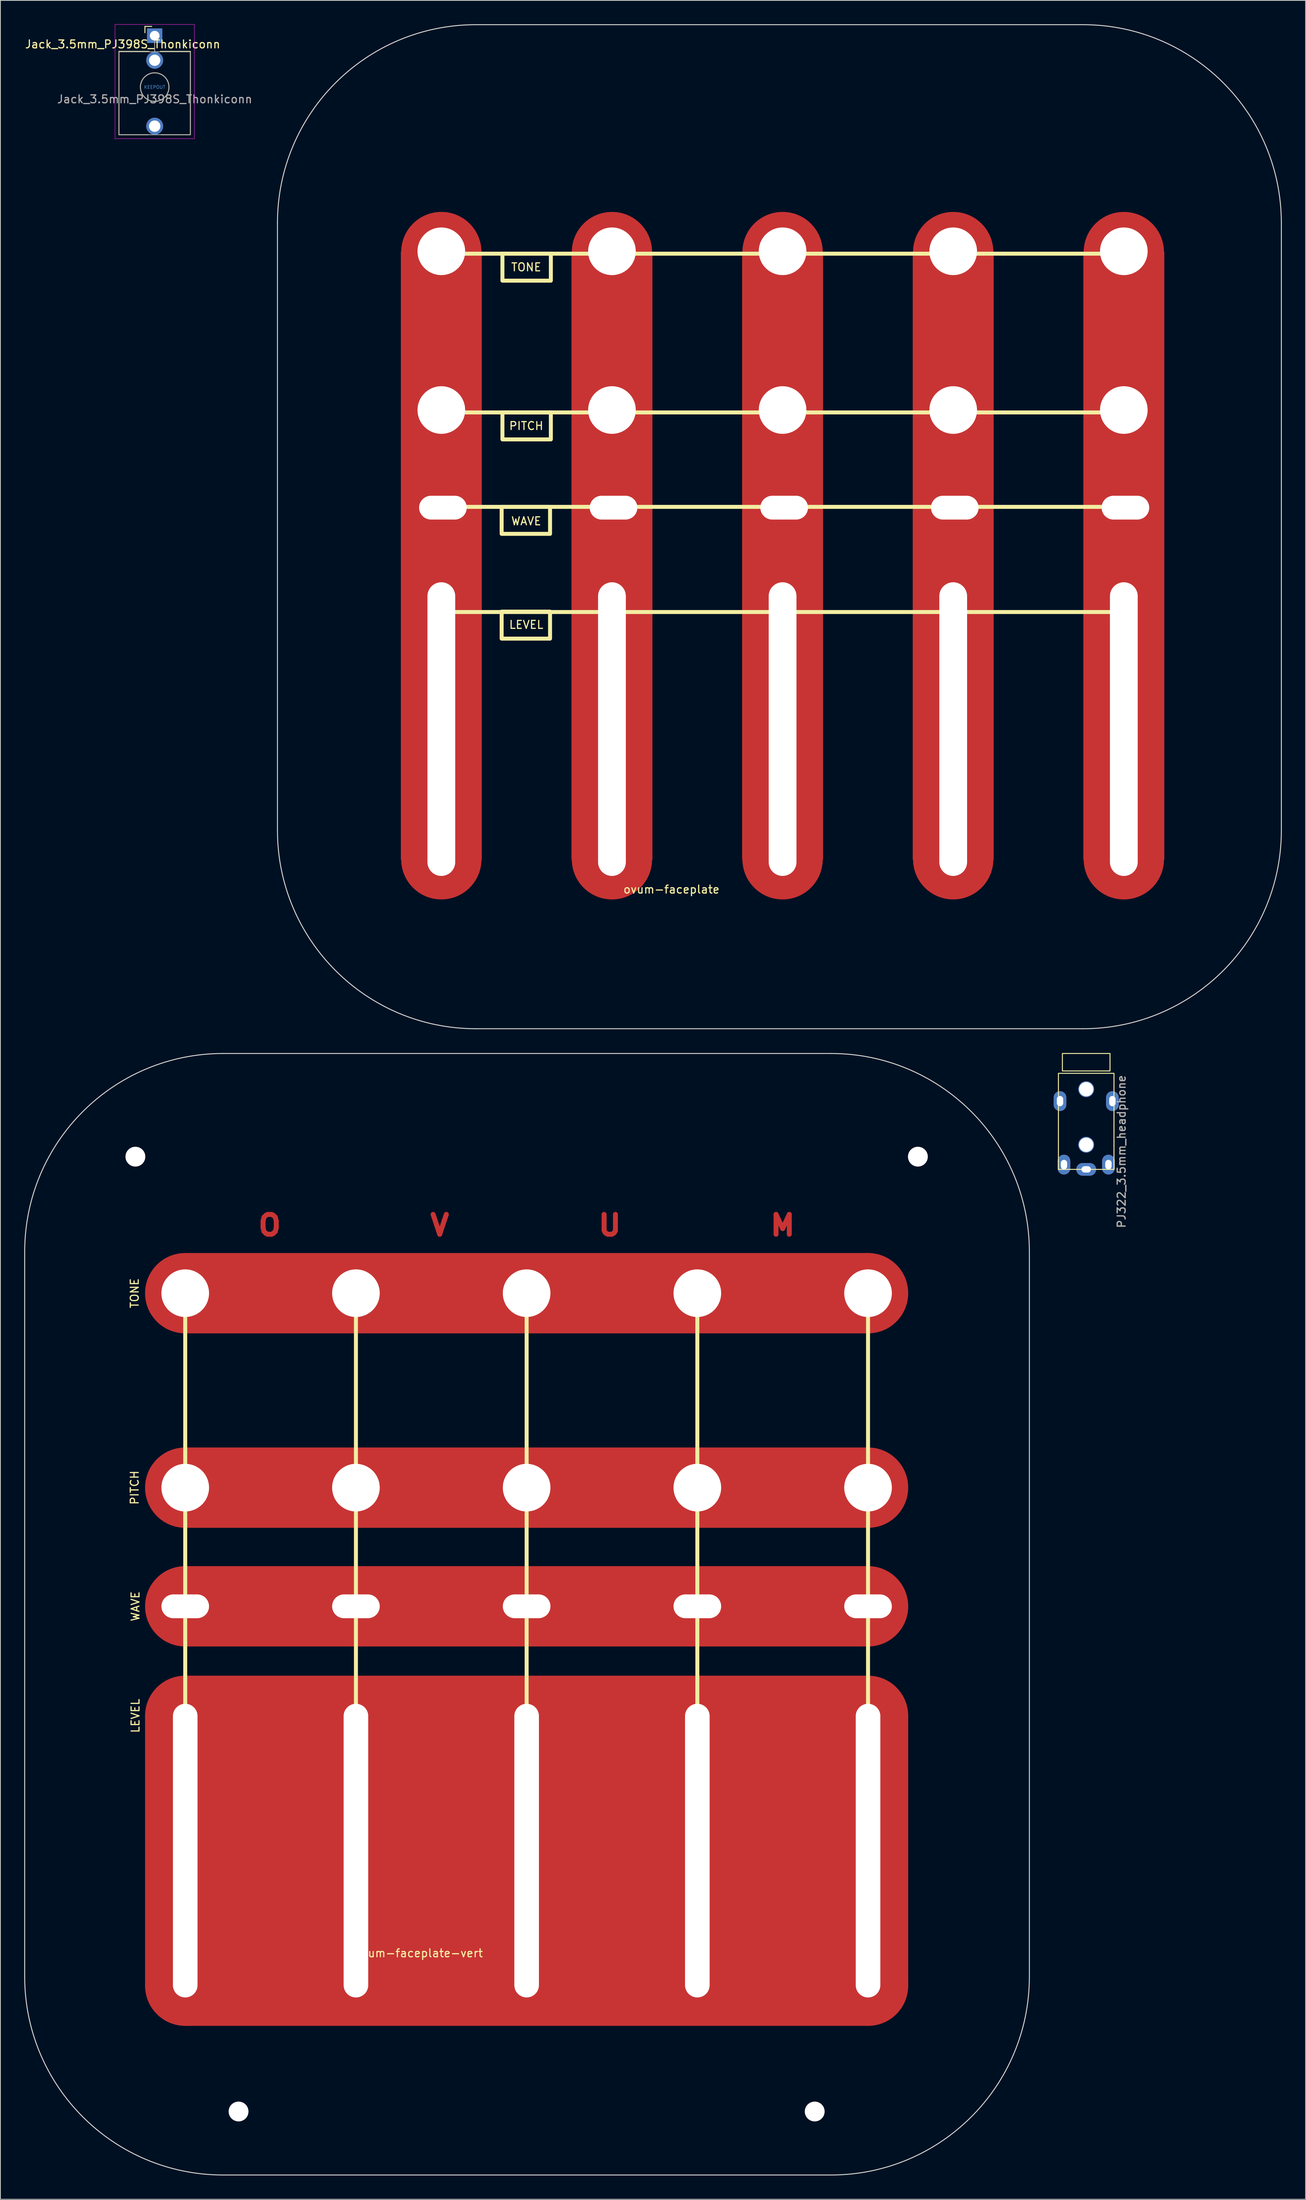
<source format=kicad_pcb>
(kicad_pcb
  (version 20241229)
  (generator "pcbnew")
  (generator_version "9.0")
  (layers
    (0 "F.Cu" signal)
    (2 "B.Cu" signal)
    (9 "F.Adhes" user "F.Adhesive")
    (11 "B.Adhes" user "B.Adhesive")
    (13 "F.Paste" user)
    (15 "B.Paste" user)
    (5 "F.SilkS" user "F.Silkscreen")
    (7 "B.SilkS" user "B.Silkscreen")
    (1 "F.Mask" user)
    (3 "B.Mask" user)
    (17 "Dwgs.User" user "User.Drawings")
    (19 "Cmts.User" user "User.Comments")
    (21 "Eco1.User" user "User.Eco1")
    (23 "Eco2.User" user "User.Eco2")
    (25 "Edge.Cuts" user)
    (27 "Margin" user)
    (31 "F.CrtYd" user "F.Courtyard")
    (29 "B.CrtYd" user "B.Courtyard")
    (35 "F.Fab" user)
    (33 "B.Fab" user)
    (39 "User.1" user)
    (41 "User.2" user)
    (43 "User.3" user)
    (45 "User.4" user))
  (footprint "PJ322_3.5mm_headphone"
    (layer "F.Cu")
    (at 133.82 138.23)
    (property "Reference" "PJ322_3.5mm_headphone" (at 4.445 3.81 90) (unlocked yes) (layer "F.SilkS") (effects (font (size 1 1) (thickness 0.15))))
    (attr through_hole)
    (fp_rect (start -3.5 -6.05) (end 3.5 6.05) (stroke (width 0.12) (type solid)) (fill no) (layer "F.SilkS"))
    (fp_rect (start 3 -6.35) (end -3 -8.55) (stroke (width 0.12) (type solid)) (fill no) (layer "F.SilkS"))
    (fp_text user "${REFERENCE}" (at 4.445 3.81 90) (unlocked yes) (layer "F.Fab") (effects (font (size 1 1) (thickness 0.15))))
    (pad "" np_thru_hole circle (at 0 -4.05) (size 2 2) (drill 1.8) (layers "*.Cu" "*.Mask"))
    (pad "" np_thru_hole circle (at 0 2.95) (size 2 2) (drill 1.8) (layers "*.Cu" "*.Mask"))
    (pad "R1" thru_hole oval (at -2.8 5.45 180) (size 1.6 2.5) (drill oval 0.8 1.2) (layers "*.Cu" "*.Mask"))
    (pad "R2" thru_hole oval (at 2.8 5.45 180) (size 1.6 2.5) (drill oval 0.8 1.2) (layers "*.Cu" "*.Mask"))
    (pad "S" thru_hole oval (at 0 6.05 90) (size 1.6 2.5) (drill oval 0.8 1.2) (layers "*.Cu" "*.Mask"))
    (pad "T" thru_hole oval (at -3.3 -2.55) (size 1.6 2.5) (drill oval 0.8 1.3) (layers "*.Cu" "*.Mask"))
    (pad "T" thru_hole oval (at 3.3 -2.55) (size 1.6 2.5) (drill oval 0.8 1.3) (layers "*.Cu" "*.Mask")))
  (footprint "Jack_3.5mm_PJ398S_Thonkiconn"
    (layer "F.Cu")
    (at 16.441 1.445)
    (property "Reference" "Jack_3.5mm_PJ398S_Thonkiconn" (at -4.03 1.08 180) (layer "F.SilkS") (effects (font (size 1 1) (thickness 0.15))))
    (attr through_hole)
    (fp_line (start -4.5 1.98) (end -4.5 12.48) (stroke (width 0.12) (type solid)) (layer "F.SilkS"))
    (fp_line (start -1.23 -1.17) (end -1.23 -0.37) (stroke (width 0.12) (type solid)) (layer "F.SilkS"))
    (fp_line (start -1.23 -1.17) (end -0.37 -1.17) (stroke (width 0.12) (type solid)) (layer "F.SilkS"))
    (fp_line (start -0.8 12.48) (end -4.5 12.48) (stroke (width 0.12) (type solid)) (layer "F.SilkS"))
    (fp_line (start -0.72 1.98) (end -4.5 1.98) (stroke (width 0.12) (type solid)) (layer "F.SilkS"))
    (fp_line (start 4.5 1.98) (end 0.72 1.98) (stroke (width 0.12) (type solid)) (layer "F.SilkS"))
    (fp_line (start 4.5 1.98) (end 4.5 12.48) (stroke (width 0.12) (type solid)) (layer "F.SilkS"))
    (fp_line (start 4.5 12.48) (end 0.8 12.48) (stroke (width 0.12) (type solid)) (layer "F.SilkS"))
    (fp_circle (center 0 6.48) (end 1.8 6.48) (stroke (width 0.12) (type solid)) (fill no) (layer "F.SilkS"))
    (fp_line (start -5 12.98) (end -5 -1.42) (stroke (width 0.05) (type solid)) (layer "F.CrtYd"))
    (fp_line (start 5 -1.42) (end -5 -1.42) (stroke (width 0.05) (type solid)) (layer "F.CrtYd"))
    (fp_line (start 5 12.98) (end -5 12.98) (stroke (width 0.05) (type solid)) (layer "F.CrtYd"))
    (fp_line (start 5 12.98) (end 5 -1.42) (stroke (width 0.05) (type solid)) (layer "F.CrtYd"))
    (fp_line (start -4.5 12.48) (end -4.5 2.08) (stroke (width 0.1) (type solid)) (layer "F.Fab"))
    (fp_line (start 0 0) (end 0 2.03) (stroke (width 0.1) (type solid)) (layer "F.Fab"))
    (fp_line (start 4.5 2.03) (end -4.5 2.03) (stroke (width 0.1) (type solid)) (layer "F.Fab"))
    (fp_line (start 4.5 12.48) (end -4.5 12.48) (stroke (width 0.1) (type solid)) (layer "F.Fab"))
    (fp_line (start 4.5 12.48) (end 4.5 2.08) (stroke (width 0.1) (type solid)) (layer "F.Fab"))
    (fp_circle (center 0 6.48) (end 1.8 6.48) (stroke (width 0.1) (type solid)) (fill no) (layer "F.Fab"))
    (fp_text user "KEEPOUT" (at 0 6.48 0) (layer "Cmts.User") (effects (font (size 0.4 0.4) (thickness 0.051))))
    (fp_text user "${REFERENCE}" (at 0 8 180) (layer "F.Fab") (effects (font (size 1 1) (thickness 0.15))))
    (pad "S" thru_hole rect (at 0 0 180) (size 1.93 1.83) (drill 1.22) (layers "*.Cu" "*.Mask"))
    (pad "T" thru_hole circle (at 0 11.4 180) (size 2.13 2.13) (drill 1.43) (layers "*.Cu" "*.Mask"))
    (pad "TN" thru_hole circle (at 0 3.1 180) (size 2.13 2.13) (drill 1.42) (layers "*.Cu" "*.Mask"))
    (zone (net_name "") (layer "F.Cu") (hatch full 0.508) (connect_pads) (min_thickness 0.254) (filled_areas_thickness no) (keepout (tracks not_allowed) (vias not_allowed) (pads not_allowed) (copperpour not_allowed) (footprints not_allowed)) (placement (enabled no)) (fill) (polygon (pts (xy 17.946 7.925) (xy 17.926 7.679) (xy 17.866 7.44) (xy 17.767 7.214) (xy 17.633 7.007) (xy 17.467 6.824) (xy 17.274 6.671) (xy 17.058 6.552) (xy 16.825 6.47) (xy 16.582 6.427) (xy 16.336 6.424) (xy 16.092 6.461) (xy 15.857 6.537) (xy 15.639 6.651) (xy 15.441 6.799) (xy 15.271 6.978) (xy 15.132 7.182) (xy 15.028 7.405) (xy 14.962 7.643) (xy 14.936 7.888) (xy 14.95 8.134) (xy 15.004 8.375) (xy 15.097 8.604) (xy 15.226 8.814) (xy 15.388 9) (xy 15.577 9.158) (xy 15.79 9.282) (xy 16.021 9.37) (xy 16.262 9.42) (xy 16.509 9.429) (xy 16.754 9.397) (xy 16.99 9.326) (xy 17.211 9.218) (xy 17.412 9.075) (xy 17.587 8.901) (xy 17.731 8.7) (xy 17.84 8.479) (xy 17.912 8.243) (xy 17.944 7.999)))))
  (footprint "ovum-faceplate"
    (layer "F.Cu")
    (at 95.161 63.31)
    (property "Reference" "ovum-faceplate" (at -13.6 45.7 0) (unlocked yes) (layer "F.SilkS") (effects (font (size 1 1) (thickness 0.15))))
    (attr through_hole)
    (fp_rect (start -47.6 41.9) (end -37.6 -34.6) (stroke (width 0.2) (type solid)) (fill yes) (layer "F.Cu"))
    (fp_rect (start -26.1 41.9) (end -16.1 -34.6) (stroke (width 0.2) (type solid)) (fill yes) (layer "F.Cu"))
    (fp_rect (start -4.6 41.9) (end 5.4 -34.6) (stroke (width 0.2) (type solid)) (fill yes) (layer "F.Cu"))
    (fp_rect (start 16.9 41.9) (end 26.9 -34.6) (stroke (width 0.2) (type solid)) (fill yes) (layer "F.Cu"))
    (fp_rect (start 38.4 41.9) (end 48.4 -34.6) (stroke (width 0.2) (type solid)) (fill yes) (layer "F.Cu"))
    (fp_circle (center -42.6 -34.6) (end -37.6 -34.6) (stroke (width 0.12) (type solid)) (fill yes) (layer "F.Cu"))
    (fp_circle (center -42.6 41.9) (end -37.6 41.9) (stroke (width 0.12) (type solid)) (fill yes) (layer "F.Cu"))
    (fp_circle (center -21.1 -34.6) (end -16.1 -34.6) (stroke (width 0.12) (type solid)) (fill yes) (layer "F.Cu"))
    (fp_circle (center -21.1 41.9) (end -16.1 41.9) (stroke (width 0.12) (type solid)) (fill yes) (layer "F.Cu"))
    (fp_circle (center 0.4 -34.6) (end 5.4 -34.6) (stroke (width 0.12) (type solid)) (fill yes) (layer "F.Cu"))
    (fp_circle (center 0.4 41.9) (end 5.4 41.9) (stroke (width 0.12) (type solid)) (fill yes) (layer "F.Cu"))
    (fp_circle (center 21.9 -34.6) (end 26.9 -34.6) (stroke (width 0.12) (type solid)) (fill yes) (layer "F.Cu"))
    (fp_circle (center 21.9 41.9) (end 26.9 41.9) (stroke (width 0.12) (type solid)) (fill yes) (layer "F.Cu"))
    (fp_circle (center 43.4 -34.6) (end 48.4 -34.6) (stroke (width 0.12) (type solid)) (fill yes) (layer "F.Cu"))
    (fp_circle (center 43.4 41.9) (end 48.4 41.9) (stroke (width 0.12) (type solid)) (fill yes) (layer "F.Cu"))
    (fp_line (start -43 10.75) (end 42.4 10.75) (stroke (width 0.5) (type solid)) (layer "F.SilkS"))
    (fp_line (start -42.7 -34.4) (end 42.7 -34.4) (stroke (width 0.5) (type solid)) (layer "F.SilkS"))
    (fp_line (start -42.7 -14.4) (end 42.7 -14.4) (stroke (width 0.5) (type solid)) (layer "F.SilkS"))
    (fp_line (start -42.7 -2.5) (end 42.7 -2.5) (stroke (width 0.5) (type solid)) (layer "F.SilkS"))
    (fp_rect (start -35 -2.5) (end -28.9 0.9) (stroke (width 0.5) (type solid)) (fill no) (layer "F.SilkS"))
    (fp_rect (start -35 10.7) (end -28.9 14.1) (stroke (width 0.5) (type solid)) (fill no) (layer "F.SilkS"))
    (fp_rect (start -34.9 -34.4) (end -28.8 -31) (stroke (width 0.5) (type solid)) (fill no) (layer "F.SilkS"))
    (fp_rect (start -34.9 -14.4) (end -28.8 -11) (stroke (width 0.5) (type solid)) (fill no) (layer "F.SilkS"))
    (fp_line (start -63.25 38.25) (end -63.25 -38.25) (stroke (width 0.12) (type solid)) (layer "Edge.Cuts"))
    (fp_line (start -38.25 -63.25) (end 38.25 -63.25) (stroke (width 0.12) (type solid)) (layer "Edge.Cuts"))
    (fp_line (start -38.25 63.25) (end 38.25 63.25) (stroke (width 0.12) (type solid)) (layer "Edge.Cuts"))
    (fp_line (start 63.25 38.25) (end 63.25 -38.25) (stroke (width 0.12) (type solid)) (layer "Edge.Cuts"))
    (fp_arc (start -63.25 -38.25) (mid -55.92767 -55.92767) (end -38.25 -63.25) (stroke (width 0.12) (type solid)) (layer "Edge.Cuts"))
    (fp_arc (start -38.25 63.25) (mid -55.92767 55.92767) (end -63.25 38.25) (stroke (width 0.12) (type solid)) (layer "Edge.Cuts"))
    (fp_arc (start 38.25 -63.25) (mid 55.92767 -55.92767) (end 63.25 -38.25) (stroke (width 0.12) (type solid)) (layer "Edge.Cuts"))
    (fp_arc (start 63.25 38.25) (mid 55.92767 55.92767) (end 38.25 63.25) (stroke (width 0.12) (type solid)) (layer "Edge.Cuts"))
    (fp_text user "WAVE" (at -31.9 -0.7 0) (unlocked yes) (layer "F.SilkS") (effects (font (size 1 1) (thickness 0.15))))
    (fp_text user "LEVEL" (at -31.9 12.35 0) (unlocked yes) (layer "F.SilkS") (effects (font (size 1 1) (thickness 0.15))))
    (fp_text user "PITCH" (at -31.9 -12.7 0) (unlocked yes) (layer "F.SilkS") (effects (font (size 1 1) (thickness 0.15))))
    (fp_text user "TONE" (at -31.9 -32.7 0) (unlocked yes) (layer "F.SilkS") (effects (font (size 1 1) (thickness 0.15))))
    (pad "" np_thru_hole circle (at -42.6 -34.7) (size 6 6) (drill 7) (layers "*.Cu" "*.Mask"))
    (pad "" np_thru_hole circle (at -42.6 -14.7) (size 6 6) (drill 7) (layers "*.Cu" "*.Mask"))
    (pad "" np_thru_hole oval (at -42.6 25.5 180) (size 3.5 37) (drill oval 3.5 37) (layers "*.Cu" "*.Mask"))
    (pad "" np_thru_hole oval (at -42.4 -2.4) (size 6 3) (drill oval 7 3.6) (layers "*.Cu" "*.Mask"))
    (pad "" np_thru_hole circle (at -21.1 -34.7) (size 6 6) (drill 7) (layers "*.Cu" "*.Mask"))
    (pad "" np_thru_hole circle (at -21.1 -14.7) (size 6 6) (drill 7) (layers "*.Cu" "*.Mask"))
    (pad "" np_thru_hole oval (at -21.1 25.5 180) (size 3.5 37) (drill oval 3.5 37) (layers "*.Cu" "*.Mask"))
    (pad "" np_thru_hole oval (at -20.9 -2.4) (size 6 3) (drill oval 7 3.6) (layers "*.Cu" "*.Mask"))
    (pad "" np_thru_hole circle (at 0.4 -34.7) (size 6 6) (drill 7) (layers "*.Cu" "*.Mask"))
    (pad "" np_thru_hole circle (at 0.4 -14.7) (size 6 6) (drill 7) (layers "*.Cu" "*.Mask"))
    (pad "" np_thru_hole oval (at 0.4 25.5 180) (size 3.5 37) (drill oval 3.5 37) (layers "*.Cu" "*.Mask"))
    (pad "" np_thru_hole oval (at 0.6 -2.4) (size 6 3) (drill oval 7 3.6) (layers "*.Cu" "*.Mask"))
    (pad "" np_thru_hole circle (at 21.9 -34.7) (size 6 6) (drill 7) (layers "*.Cu" "*.Mask"))
    (pad "" np_thru_hole circle (at 21.9 -14.7) (size 6 6) (drill 7) (layers "*.Cu" "*.Mask"))
    (pad "" np_thru_hole oval (at 21.9 25.5 180) (size 3.5 37) (drill oval 3.5 37) (layers "*.Cu" "*.Mask"))
    (pad "" np_thru_hole oval (at 22.1 -2.4) (size 6 3) (drill oval 7 3.6) (layers "*.Cu" "*.Mask"))
    (pad "" np_thru_hole circle (at 43.4 -34.7) (size 6 6) (drill 7) (layers "*.Cu" "*.Mask"))
    (pad "" np_thru_hole circle (at 43.4 -14.7) (size 6 6) (drill 7) (layers "*.Cu" "*.Mask"))
    (pad "" np_thru_hole oval (at 43.4 25.5 180) (size 3.5 37) (drill oval 3.5 37) (layers "*.Cu" "*.Mask"))
    (pad "" np_thru_hole oval (at 43.6 -2.4) (size 6 3) (drill oval 7 3.6) (layers "*.Cu" "*.Mask")))
  (footprint "ovum-faceplate-vert"
    (layer "F.Cu")
    (at 63.31 197.33)
    (property "Reference" "ovum-faceplate-vert" (at -13.6 45.7 0) (unlocked yes) (layer "F.SilkS") (effects (font (size 1 1) (thickness 0.15))))
    (attr through_hole)
    (fp_rect (start -48.02 49.8) (end 48.02 15.8) (stroke (width 0.12) (type solid)) (fill yes) (layer "F.Cu"))
    (fp_rect (start -43.02 -32.45) (end 43.02 -42.45) (stroke (width 0.12) (type solid)) (fill yes) (layer "F.Cu"))
    (fp_rect (start -43.02 -7.95) (end 43.02 -17.95) (stroke (width 0.12) (type solid)) (fill yes) (layer "F.Cu"))
    (fp_rect (start -43.02 7) (end 43.02 -3) (stroke (width 0.12) (type solid)) (fill yes) (layer "F.Cu"))
    (fp_rect (start -43.02 54.8) (end 43.02 10.8) (stroke (width 0.12) (type solid)) (fill yes) (layer "F.Cu"))
    (fp_circle (center -43.02 -37.45) (end -38.02 -37.45) (stroke (width 0.12) (type solid)) (fill yes) (layer "F.Cu"))
    (fp_circle (center -43.02 -12.95) (end -38.02 -12.95) (stroke (width 0.12) (type solid)) (fill yes) (layer "F.Cu"))
    (fp_circle (center -43.02 2) (end -38.02 2) (stroke (width 0.12) (type solid)) (fill yes) (layer "F.Cu"))
    (fp_circle (center -43.02 15.8) (end -38.02 15.8) (stroke (width 0.12) (type solid)) (fill yes) (layer "F.Cu"))
    (fp_circle (center -43.02 49.8) (end -38.02 49.8) (stroke (width 0.12) (type solid)) (fill yes) (layer "F.Cu"))
    (fp_circle (center 43.02 -37.45) (end 48.02 -37.45) (stroke (width 0.12) (type solid)) (fill yes) (layer "F.Cu"))
    (fp_circle (center 43.02 -12.95) (end 48.02 -12.95) (stroke (width 0.12) (type solid)) (fill yes) (layer "F.Cu"))
    (fp_circle (center 43.02 2) (end 48.02 2) (stroke (width 0.12) (type solid)) (fill yes) (layer "F.Cu"))
    (fp_circle (center 43.02 15.8) (end 48.02 15.8) (stroke (width 0.12) (type solid)) (fill yes) (layer "F.Cu"))
    (fp_circle (center 43.02 49.8) (end 48.02 49.8) (stroke (width 0.12) (type solid)) (fill yes) (layer "F.Cu"))
    (fp_line (start -43.02 -34.4) (end -43.02 15.5) (stroke (width 0.5) (type solid)) (layer "F.SilkS"))
    (fp_line (start -21.51 -34.4) (end -21.51 15.5) (stroke (width 0.5) (type solid)) (layer "F.SilkS"))
    (fp_line (start 0 -34.4) (end 0 15.5) (stroke (width 0.5) (type solid)) (layer "F.SilkS"))
    (fp_line (start 21.51 -34.4) (end 21.51 15.5) (stroke (width 0.5) (type solid)) (layer "F.SilkS"))
    (fp_line (start 43.02 -34.4) (end 43.02 15.5) (stroke (width 0.5) (type solid)) (layer "F.SilkS"))
    (fp_line (start -63.25 48.65) (end -63.25 -42.65) (stroke (width 0.12) (type solid)) (layer "Edge.Cuts"))
    (fp_line (start -38.25 -67.65) (end 38.35 -67.65) (stroke (width 0.12) (type solid)) (layer "Edge.Cuts"))
    (fp_line (start -38.25 73.65) (end 38.35 73.65) (stroke (width 0.12) (type solid)) (layer "Edge.Cuts"))
    (fp_line (start 63.35 48.65) (end 63.35 -42.65) (stroke (width 0.12) (type solid)) (layer "Edge.Cuts"))
    (fp_arc (start -63.25 -42.65) (mid -55.92767 -60.32767) (end -38.25 -67.65) (stroke (width 0.12) (type solid)) (layer "Edge.Cuts"))
    (fp_arc (start -38.25 73.65) (mid -55.92767 66.32767) (end -63.25 48.65) (stroke (width 0.12) (type solid)) (layer "Edge.Cuts"))
    (fp_arc (start 38.35 -67.65) (mid 56.02767 -60.32767) (end 63.35 -42.65) (stroke (width 0.12) (type solid)) (layer "Edge.Cuts"))
    (fp_arc (start 63.35 48.65) (mid 56.02767 66.32767) (end 38.35 73.65) (stroke (width 0.12) (type solid)) (layer "Edge.Cuts"))
    (fp_text user "O          V          U          M" (at 0 -46 0) (unlocked yes) (layer "F.Cu") (effects (font (size 2.5 2.5) (thickness 0.625))))
    (fp_text user "WAVE" (at -49.3 2 90) (unlocked yes) (layer "F.SilkS") (effects (font (size 1 1) (thickness 0.15))))
    (fp_text user "TONE" (at -49.4 -37.45 90) (unlocked yes) (layer "F.SilkS") (effects (font (size 1 1) (thickness 0.15))))
    (fp_text user "PITCH" (at -49.4 -12.95 90) (unlocked yes) (layer "F.SilkS") (effects (font (size 1 1) (thickness 0.15))))
    (fp_text user "LEVEL" (at -49.3 15.8 90) (unlocked yes) (layer "F.SilkS") (effects (font (size 1 1) (thickness 0.15))))
    (pad "" np_thru_hole circle (at -49.3 -54.65) (size 2.5 2.5) (drill 2.5) (layers "*.Cu" "*.Mask"))
    (pad "" np_thru_hole circle (at -43.02 -37.45) (size 6 6) (drill 7) (layers "*.Cu" "*.Mask"))
    (pad "" np_thru_hole circle (at -43.02 -12.95) (size 6 6) (drill 7) (layers "*.Cu" "*.Mask"))
    (pad "" np_thru_hole oval (at -43.02 2) (size 6 3) (drill oval 7 3.6) (layers "*.Cu" "*.Mask"))
    (pad "" np_thru_hole oval (at -43.02 32.781 180) (size 3.1 37) (drill oval 3.1 37) (layers "*.Cu" "*.Mask"))
    (pad "" np_thru_hole circle (at -36.3 65.65) (size 2.5 2.5) (drill 2.5) (layers "*.Cu" "*.Mask"))
    (pad "" np_thru_hole circle (at -21.51 -37.45) (size 6 6) (drill 7) (layers "*.Cu" "*.Mask"))
    (pad "" np_thru_hole circle (at -21.51 -12.95) (size 6 6) (drill 7) (layers "*.Cu" "*.Mask"))
    (pad "" np_thru_hole oval (at -21.51 2) (size 6 3) (drill oval 7 3.6) (layers "*.Cu" "*.Mask"))
    (pad "" np_thru_hole oval (at -21.51 32.781 180) (size 3.1 37) (drill oval 3.1 37) (layers "*.Cu" "*.Mask"))
    (pad "" np_thru_hole circle (at 0 -37.45) (size 6 6) (drill 7) (layers "*.Cu" "*.Mask"))
    (pad "" np_thru_hole circle (at 0 -12.95) (size 6 6) (drill 7) (layers "*.Cu" "*.Mask"))
    (pad "" np_thru_hole oval (at 0 2) (size 6 3) (drill oval 7 3.6) (layers "*.Cu" "*.Mask"))
    (pad "" np_thru_hole oval (at 0 32.781 180) (size 3.1 37) (drill oval 3.1 37) (layers "*.Cu" "*.Mask"))
    (pad "" np_thru_hole circle (at 21.51 -37.45) (size 6 6) (drill 7) (layers "*.Cu" "*.Mask"))
    (pad "" np_thru_hole circle (at 21.51 -12.95) (size 6 6) (drill 7) (layers "*.Cu" "*.Mask"))
    (pad "" np_thru_hole oval (at 21.51 2) (size 6 3) (drill oval 7 3.6) (layers "*.Cu" "*.Mask"))
    (pad "" np_thru_hole oval (at 21.51 32.781 180) (size 3.1 37) (drill oval 3.1 37) (layers "*.Cu" "*.Mask"))
    (pad "" np_thru_hole circle (at 36.3 65.65) (size 2.5 2.5) (drill 2.5) (layers "*.Cu" "*.Mask"))
    (pad "" np_thru_hole circle (at 43.02 -37.45) (size 6 6) (drill 7) (layers "*.Cu" "*.Mask"))
    (pad "" np_thru_hole circle (at 43.02 -12.95) (size 6 6) (drill 7) (layers "*.Cu" "*.Mask"))
    (pad "" np_thru_hole oval (at 43.02 2) (size 6 3) (drill oval 7 3.6) (layers "*.Cu" "*.Mask"))
    (pad "" np_thru_hole oval (at 43.02 32.781 180) (size 3.1 37) (drill oval 3.1 37) (layers "*.Cu" "*.Mask"))
    (pad "" np_thru_hole circle (at 49.3 -54.65) (size 2.5 2.5) (drill 2.5) (layers "*.Cu" "*.Mask")))
  (gr_rect
    (start -3 -3)
    (end 161.471 274.04)
    (stroke (width 0.1) (type default))
    (fill no)
    (layer "Edge.Cuts")))
</source>
